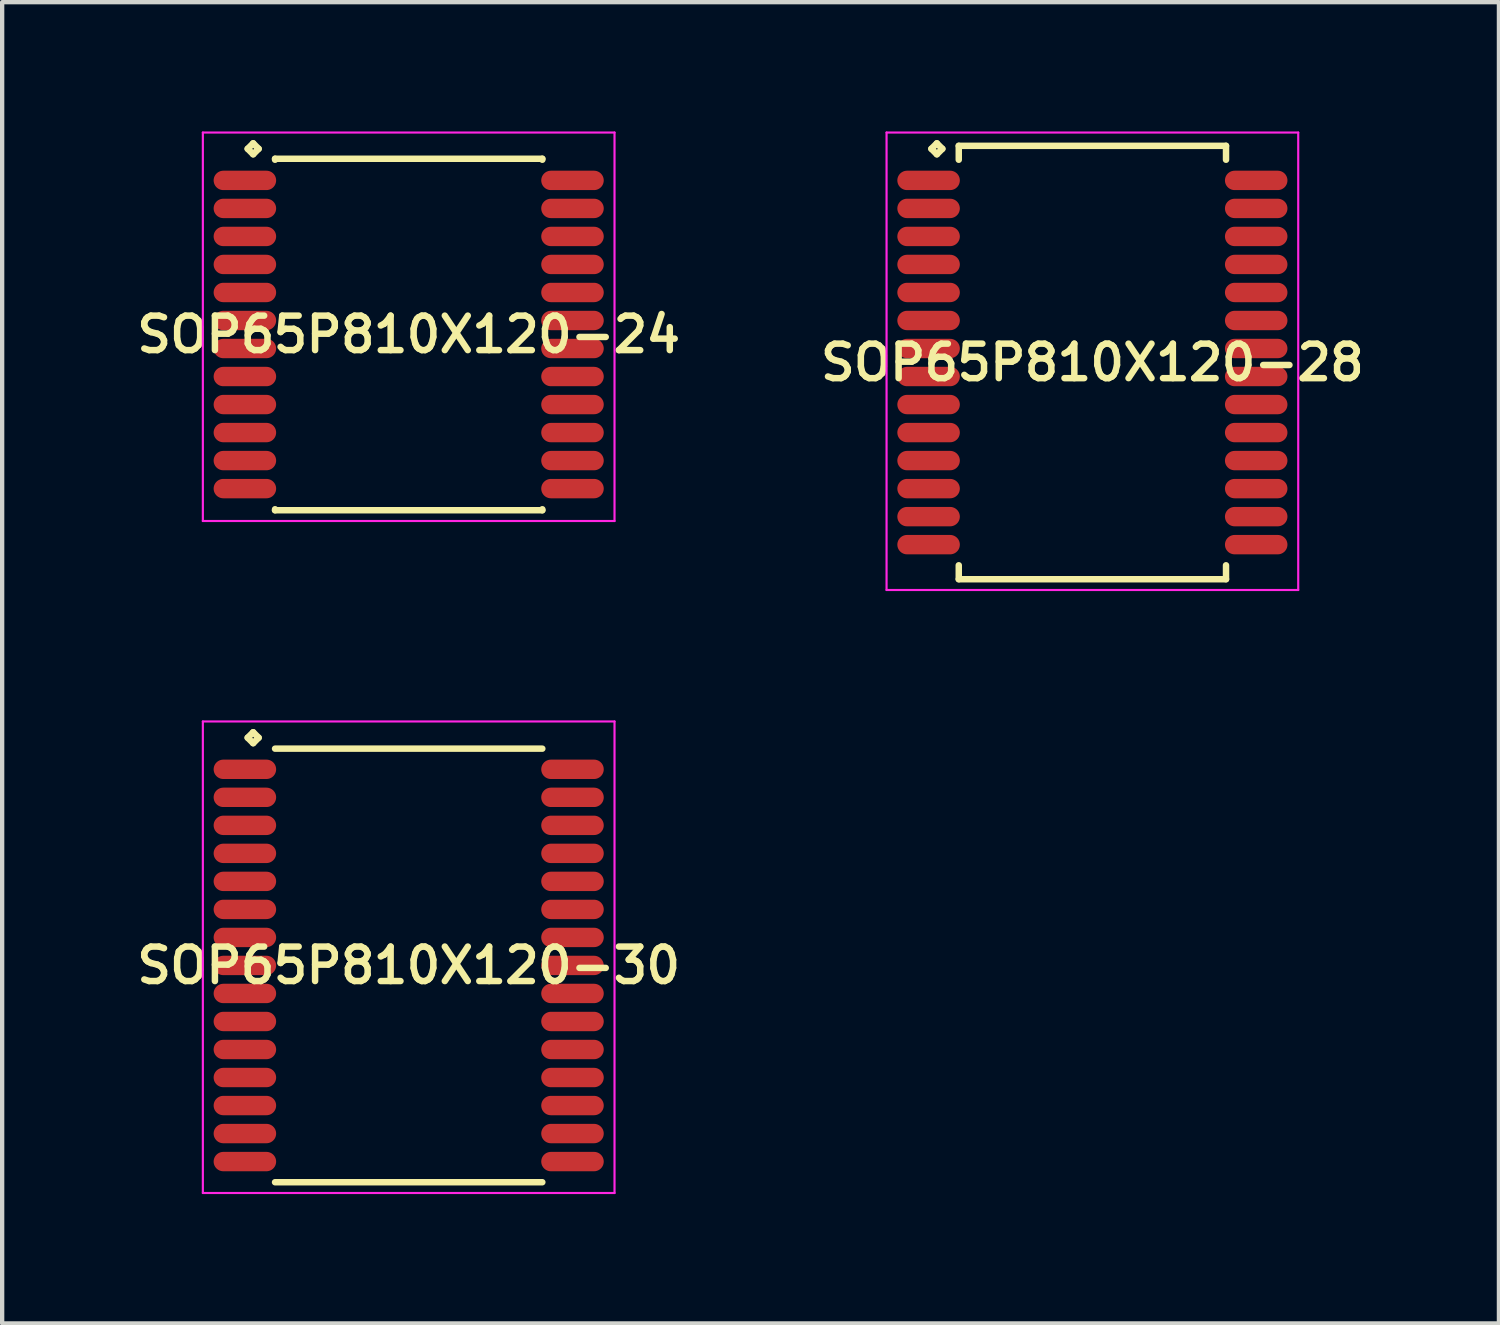
<source format=kicad_pcb>
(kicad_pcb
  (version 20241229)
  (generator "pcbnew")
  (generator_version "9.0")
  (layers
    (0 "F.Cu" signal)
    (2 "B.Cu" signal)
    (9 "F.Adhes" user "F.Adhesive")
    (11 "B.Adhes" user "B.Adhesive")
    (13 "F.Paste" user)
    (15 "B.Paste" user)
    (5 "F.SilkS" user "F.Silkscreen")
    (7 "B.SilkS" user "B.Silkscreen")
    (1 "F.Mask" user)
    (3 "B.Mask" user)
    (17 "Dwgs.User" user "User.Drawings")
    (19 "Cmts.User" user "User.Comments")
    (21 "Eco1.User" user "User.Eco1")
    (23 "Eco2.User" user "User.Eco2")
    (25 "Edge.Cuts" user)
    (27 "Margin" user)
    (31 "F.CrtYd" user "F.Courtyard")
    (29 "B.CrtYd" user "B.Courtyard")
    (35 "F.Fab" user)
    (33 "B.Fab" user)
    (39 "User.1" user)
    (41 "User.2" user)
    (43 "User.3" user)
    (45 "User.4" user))
  (footprint "SOP65P810X120-24"
    (layer "F.Cu")
    (at 6.431 4.71)
    (property "Reference" "SOP65P810X120-24" (at 0 0 0) (layer "F.SilkS") (effects (font (size 0.8 0.8) (thickness 0.15))))
    (attr smd)
    (fp_line (start -3.735 -4.308) (end -3.608 -4.435) (stroke (width 0.15) (type solid)) (layer "F.SilkS"))
    (fp_line (start -3.608 -4.435) (end -3.481 -4.308) (stroke (width 0.15) (type solid)) (layer "F.SilkS"))
    (fp_line (start -3.608 -4.181) (end -3.735 -4.308) (stroke (width 0.15) (type solid)) (layer "F.SilkS"))
    (fp_line (start -3.481 -4.308) (end -3.608 -4.181) (stroke (width 0.15) (type solid)) (layer "F.SilkS"))
    (fp_line (start -3.1 -4.077) (end 3.1 -4.077) (stroke (width 0.15) (type solid)) (layer "F.SilkS"))
    (fp_line (start -3.1 -4.054) (end -3.1 -4.077) (stroke (width 0.15) (type solid)) (layer "F.SilkS"))
    (fp_line (start -3.1 4.054) (end -3.1 4.077) (stroke (width 0.15) (type solid)) (layer "F.SilkS"))
    (fp_line (start -3.1 4.077) (end 3.1 4.077) (stroke (width 0.15) (type solid)) (layer "F.SilkS"))
    (fp_line (start 3.1 -4.077) (end 3.1 -4.054) (stroke (width 0.15) (type solid)) (layer "F.SilkS"))
    (fp_line (start 3.1 4.077) (end 3.1 4.054) (stroke (width 0.15) (type solid)) (layer "F.SilkS"))
    (fp_line (start -4.775 -4.685) (end 4.775 -4.685) (stroke (width 0.05) (type solid)) (layer "F.CrtYd"))
    (fp_line (start -4.775 4.327) (end -4.775 -4.685) (stroke (width 0.05) (type solid)) (layer "F.CrtYd"))
    (fp_line (start 4.775 -4.685) (end 4.775 4.327) (stroke (width 0.05) (type solid)) (layer "F.CrtYd"))
    (fp_line (start 4.775 4.327) (end -4.775 4.327) (stroke (width 0.05) (type solid)) (layer "F.CrtYd"))
    (pad "1" smd oval (at -3.8 -3.575) (size 1.45 0.45) (layers "F.Cu" "F.Mask" "F.Paste"))
    (pad "2" smd oval (at -3.8 -2.925) (size 1.45 0.45) (layers "F.Cu" "F.Mask" "F.Paste"))
    (pad "3" smd oval (at -3.8 -2.275) (size 1.45 0.45) (layers "F.Cu" "F.Mask" "F.Paste"))
    (pad "4" smd oval (at -3.8 -1.625) (size 1.45 0.45) (layers "F.Cu" "F.Mask" "F.Paste"))
    (pad "5" smd oval (at -3.8 -0.975) (size 1.45 0.45) (layers "F.Cu" "F.Mask" "F.Paste"))
    (pad "6" smd oval (at -3.8 -0.325) (size 1.45 0.45) (layers "F.Cu" "F.Mask" "F.Paste"))
    (pad "7" smd oval (at -3.8 0.325) (size 1.45 0.45) (layers "F.Cu" "F.Mask" "F.Paste"))
    (pad "8" smd oval (at -3.8 0.975) (size 1.45 0.45) (layers "F.Cu" "F.Mask" "F.Paste"))
    (pad "9" smd oval (at -3.8 1.625) (size 1.45 0.45) (layers "F.Cu" "F.Mask" "F.Paste"))
    (pad "10" smd oval (at -3.8 2.275) (size 1.45 0.45) (layers "F.Cu" "F.Mask" "F.Paste"))
    (pad "11" smd oval (at -3.8 2.925) (size 1.45 0.45) (layers "F.Cu" "F.Mask" "F.Paste"))
    (pad "12" smd oval (at -3.8 3.575) (size 1.45 0.45) (layers "F.Cu" "F.Mask" "F.Paste"))
    (pad "13" smd oval (at 3.8 3.575) (size 1.45 0.45) (layers "F.Cu" "F.Mask" "F.Paste"))
    (pad "14" smd oval (at 3.8 2.925) (size 1.45 0.45) (layers "F.Cu" "F.Mask" "F.Paste"))
    (pad "15" smd oval (at 3.8 2.275) (size 1.45 0.45) (layers "F.Cu" "F.Mask" "F.Paste"))
    (pad "16" smd oval (at 3.8 1.625) (size 1.45 0.45) (layers "F.Cu" "F.Mask" "F.Paste"))
    (pad "17" smd oval (at 3.8 0.975) (size 1.45 0.45) (layers "F.Cu" "F.Mask" "F.Paste"))
    (pad "18" smd oval (at 3.8 0.325) (size 1.45 0.45) (layers "F.Cu" "F.Mask" "F.Paste"))
    (pad "19" smd oval (at 3.8 -0.325) (size 1.45 0.45) (layers "F.Cu" "F.Mask" "F.Paste"))
    (pad "20" smd oval (at 3.8 -0.975) (size 1.45 0.45) (layers "F.Cu" "F.Mask" "F.Paste"))
    (pad "21" smd oval (at 3.8 -1.625) (size 1.45 0.45) (layers "F.Cu" "F.Mask" "F.Paste"))
    (pad "22" smd oval (at 3.8 -2.275) (size 1.45 0.45) (layers "F.Cu" "F.Mask" "F.Paste"))
    (pad "23" smd oval (at 3.8 -2.925) (size 1.45 0.45) (layers "F.Cu" "F.Mask" "F.Paste"))
    (pad "24" smd oval (at 3.8 -3.575) (size 1.45 0.45) (layers "F.Cu" "F.Mask" "F.Paste")))
  (footprint "SOP65P810X120-28"
    (layer "F.Cu")
    (at 22.292 5.36)
    (property "Reference" "SOP65P810X120-28" (at 0 0 0) (layer "F.SilkS") (effects (font (size 0.8 0.8) (thickness 0.15))))
    (attr smd)
    (fp_line (start -3.735 -4.958) (end -3.608 -5.085) (stroke (width 0.15) (type solid)) (layer "F.SilkS"))
    (fp_line (start -3.608 -5.085) (end -3.481 -4.958) (stroke (width 0.15) (type solid)) (layer "F.SilkS"))
    (fp_line (start -3.608 -4.831) (end -3.735 -4.958) (stroke (width 0.15) (type solid)) (layer "F.SilkS"))
    (fp_line (start -3.481 -4.958) (end -3.608 -4.831) (stroke (width 0.15) (type solid)) (layer "F.SilkS"))
    (fp_line (start -3.1 -5.027) (end 3.1 -5.027) (stroke (width 0.15) (type solid)) (layer "F.SilkS"))
    (fp_line (start -3.1 -4.704) (end -3.1 -5.027) (stroke (width 0.15) (type solid)) (layer "F.SilkS"))
    (fp_line (start -3.1 4.704) (end -3.1 5.027) (stroke (width 0.15) (type solid)) (layer "F.SilkS"))
    (fp_line (start -3.1 5.027) (end 3.1 5.027) (stroke (width 0.15) (type solid)) (layer "F.SilkS"))
    (fp_line (start 3.1 -5.027) (end 3.1 -4.704) (stroke (width 0.15) (type solid)) (layer "F.SilkS"))
    (fp_line (start 3.1 5.027) (end 3.1 4.704) (stroke (width 0.15) (type solid)) (layer "F.SilkS"))
    (fp_line (start -4.775 -5.335) (end 4.775 -5.335) (stroke (width 0.05) (type solid)) (layer "F.CrtYd"))
    (fp_line (start -4.775 5.277) (end -4.775 -5.335) (stroke (width 0.05) (type solid)) (layer "F.CrtYd"))
    (fp_line (start 4.775 -5.335) (end 4.775 5.277) (stroke (width 0.05) (type solid)) (layer "F.CrtYd"))
    (fp_line (start 4.775 5.277) (end -4.775 5.277) (stroke (width 0.05) (type solid)) (layer "F.CrtYd"))
    (pad "1" smd oval (at -3.8 -4.225) (size 1.45 0.45) (layers "F.Cu" "F.Mask" "F.Paste"))
    (pad "2" smd oval (at -3.8 -3.575) (size 1.45 0.45) (layers "F.Cu" "F.Mask" "F.Paste"))
    (pad "3" smd oval (at -3.8 -2.925) (size 1.45 0.45) (layers "F.Cu" "F.Mask" "F.Paste"))
    (pad "4" smd oval (at -3.8 -2.275) (size 1.45 0.45) (layers "F.Cu" "F.Mask" "F.Paste"))
    (pad "5" smd oval (at -3.8 -1.625) (size 1.45 0.45) (layers "F.Cu" "F.Mask" "F.Paste"))
    (pad "6" smd oval (at -3.8 -0.975) (size 1.45 0.45) (layers "F.Cu" "F.Mask" "F.Paste"))
    (pad "7" smd oval (at -3.8 -0.325) (size 1.45 0.45) (layers "F.Cu" "F.Mask" "F.Paste"))
    (pad "8" smd oval (at -3.8 0.325) (size 1.45 0.45) (layers "F.Cu" "F.Mask" "F.Paste"))
    (pad "9" smd oval (at -3.8 0.975) (size 1.45 0.45) (layers "F.Cu" "F.Mask" "F.Paste"))
    (pad "10" smd oval (at -3.8 1.625) (size 1.45 0.45) (layers "F.Cu" "F.Mask" "F.Paste"))
    (pad "11" smd oval (at -3.8 2.275) (size 1.45 0.45) (layers "F.Cu" "F.Mask" "F.Paste"))
    (pad "12" smd oval (at -3.8 2.925) (size 1.45 0.45) (layers "F.Cu" "F.Mask" "F.Paste"))
    (pad "13" smd oval (at -3.8 3.575) (size 1.45 0.45) (layers "F.Cu" "F.Mask" "F.Paste"))
    (pad "14" smd oval (at -3.8 4.225) (size 1.45 0.45) (layers "F.Cu" "F.Mask" "F.Paste"))
    (pad "15" smd oval (at 3.8 4.225) (size 1.45 0.45) (layers "F.Cu" "F.Mask" "F.Paste"))
    (pad "16" smd oval (at 3.8 3.575) (size 1.45 0.45) (layers "F.Cu" "F.Mask" "F.Paste"))
    (pad "17" smd oval (at 3.8 2.925) (size 1.45 0.45) (layers "F.Cu" "F.Mask" "F.Paste"))
    (pad "18" smd oval (at 3.8 2.275) (size 1.45 0.45) (layers "F.Cu" "F.Mask" "F.Paste"))
    (pad "19" smd oval (at 3.8 1.625) (size 1.45 0.45) (layers "F.Cu" "F.Mask" "F.Paste"))
    (pad "20" smd oval (at 3.8 0.975) (size 1.45 0.45) (layers "F.Cu" "F.Mask" "F.Paste"))
    (pad "21" smd oval (at 3.8 0.325) (size 1.45 0.45) (layers "F.Cu" "F.Mask" "F.Paste"))
    (pad "22" smd oval (at 3.8 -0.325) (size 1.45 0.45) (layers "F.Cu" "F.Mask" "F.Paste"))
    (pad "23" smd oval (at 3.8 -0.975) (size 1.45 0.45) (layers "F.Cu" "F.Mask" "F.Paste"))
    (pad "24" smd oval (at 3.8 -1.625) (size 1.45 0.45) (layers "F.Cu" "F.Mask" "F.Paste"))
    (pad "25" smd oval (at 3.8 -2.275) (size 1.45 0.45) (layers "F.Cu" "F.Mask" "F.Paste"))
    (pad "26" smd oval (at 3.8 -2.925) (size 1.45 0.45) (layers "F.Cu" "F.Mask" "F.Paste"))
    (pad "27" smd oval (at 3.8 -3.575) (size 1.45 0.45) (layers "F.Cu" "F.Mask" "F.Paste"))
    (pad "28" smd oval (at 3.8 -4.225) (size 1.45 0.45) (layers "F.Cu" "F.Mask" "F.Paste")))
  (footprint "SOP65P810X120-30"
    (layer "F.Cu")
    (at 6.431 19.347)
    (property "Reference" "SOP65P810X120-30" (at 0 0 0) (layer "F.SilkS") (effects (font (size 0.8 0.8) (thickness 0.15))))
    (attr smd)
    (fp_line (start -3.735 -5.283) (end -3.608 -5.41) (stroke (width 0.15) (type solid)) (layer "F.SilkS"))
    (fp_line (start -3.608 -5.41) (end -3.481 -5.283) (stroke (width 0.15) (type solid)) (layer "F.SilkS"))
    (fp_line (start -3.608 -5.156) (end -3.735 -5.283) (stroke (width 0.15) (type solid)) (layer "F.SilkS"))
    (fp_line (start -3.481 -5.283) (end -3.608 -5.156) (stroke (width 0.15) (type solid)) (layer "F.SilkS"))
    (fp_line (start -3.1 -5.029) (end 3.1 -5.029) (stroke (width 0.15) (type solid)) (layer "F.SilkS"))
    (fp_line (start -3.1 5.029) (end 3.1 5.029) (stroke (width 0.15) (type solid)) (layer "F.SilkS"))
    (fp_line (start -4.775 -5.66) (end 4.775 -5.66) (stroke (width 0.05) (type solid)) (layer "F.CrtYd"))
    (fp_line (start -4.775 5.279) (end -4.775 -5.66) (stroke (width 0.05) (type solid)) (layer "F.CrtYd"))
    (fp_line (start 4.775 -5.66) (end 4.775 5.279) (stroke (width 0.05) (type solid)) (layer "F.CrtYd"))
    (fp_line (start 4.775 5.279) (end -4.775 5.279) (stroke (width 0.05) (type solid)) (layer "F.CrtYd"))
    (pad "1" smd oval (at -3.8 -4.55) (size 1.45 0.45) (layers "F.Cu" "F.Mask" "F.Paste"))
    (pad "2" smd oval (at -3.8 -3.9) (size 1.45 0.45) (layers "F.Cu" "F.Mask" "F.Paste"))
    (pad "3" smd oval (at -3.8 -3.25) (size 1.45 0.45) (layers "F.Cu" "F.Mask" "F.Paste"))
    (pad "4" smd oval (at -3.8 -2.6) (size 1.45 0.45) (layers "F.Cu" "F.Mask" "F.Paste"))
    (pad "5" smd oval (at -3.8 -1.95) (size 1.45 0.45) (layers "F.Cu" "F.Mask" "F.Paste"))
    (pad "6" smd oval (at -3.8 -1.3) (size 1.45 0.45) (layers "F.Cu" "F.Mask" "F.Paste"))
    (pad "7" smd oval (at -3.8 -0.65) (size 1.45 0.45) (layers "F.Cu" "F.Mask" "F.Paste"))
    (pad "8" smd oval (at -3.8 0) (size 1.45 0.45) (layers "F.Cu" "F.Mask" "F.Paste"))
    (pad "9" smd oval (at -3.8 0.65) (size 1.45 0.45) (layers "F.Cu" "F.Mask" "F.Paste"))
    (pad "10" smd oval (at -3.8 1.3) (size 1.45 0.45) (layers "F.Cu" "F.Mask" "F.Paste"))
    (pad "11" smd oval (at -3.8 1.95) (size 1.45 0.45) (layers "F.Cu" "F.Mask" "F.Paste"))
    (pad "12" smd oval (at -3.8 2.6) (size 1.45 0.45) (layers "F.Cu" "F.Mask" "F.Paste"))
    (pad "13" smd oval (at -3.8 3.25) (size 1.45 0.45) (layers "F.Cu" "F.Mask" "F.Paste"))
    (pad "14" smd oval (at -3.8 3.9) (size 1.45 0.45) (layers "F.Cu" "F.Mask" "F.Paste"))
    (pad "15" smd oval (at -3.8 4.55) (size 1.45 0.45) (layers "F.Cu" "F.Mask" "F.Paste"))
    (pad "16" smd oval (at 3.8 4.55) (size 1.45 0.45) (layers "F.Cu" "F.Mask" "F.Paste"))
    (pad "17" smd oval (at 3.8 3.9) (size 1.45 0.45) (layers "F.Cu" "F.Mask" "F.Paste"))
    (pad "18" smd oval (at 3.8 3.25) (size 1.45 0.45) (layers "F.Cu" "F.Mask" "F.Paste"))
    (pad "19" smd oval (at 3.8 2.6) (size 1.45 0.45) (layers "F.Cu" "F.Mask" "F.Paste"))
    (pad "20" smd oval (at 3.8 1.95) (size 1.45 0.45) (layers "F.Cu" "F.Mask" "F.Paste"))
    (pad "21" smd oval (at 3.8 1.3) (size 1.45 0.45) (layers "F.Cu" "F.Mask" "F.Paste"))
    (pad "22" smd oval (at 3.8 0.65) (size 1.45 0.45) (layers "F.Cu" "F.Mask" "F.Paste"))
    (pad "23" smd oval (at 3.8 0) (size 1.45 0.45) (layers "F.Cu" "F.Mask" "F.Paste"))
    (pad "24" smd oval (at 3.8 -0.65) (size 1.45 0.45) (layers "F.Cu" "F.Mask" "F.Paste"))
    (pad "25" smd oval (at 3.8 -1.3) (size 1.45 0.45) (layers "F.Cu" "F.Mask" "F.Paste"))
    (pad "26" smd oval (at 3.8 -1.95) (size 1.45 0.45) (layers "F.Cu" "F.Mask" "F.Paste"))
    (pad "27" smd oval (at 3.8 -2.6) (size 1.45 0.45) (layers "F.Cu" "F.Mask" "F.Paste"))
    (pad "28" smd oval (at 3.8 -3.25) (size 1.45 0.45) (layers "F.Cu" "F.Mask" "F.Paste"))
    (pad "29" smd oval (at 3.8 -3.9) (size 1.45 0.45) (layers "F.Cu" "F.Mask" "F.Paste"))
    (pad "30" smd oval (at 3.8 -4.55) (size 1.45 0.45) (layers "F.Cu" "F.Mask" "F.Paste")))
  (gr_rect
    (start -3 -3)
    (end 31.723 27.651)
    (stroke (width 0.1) (type default))
    (fill no)
    (layer "Edge.Cuts")))
</source>
